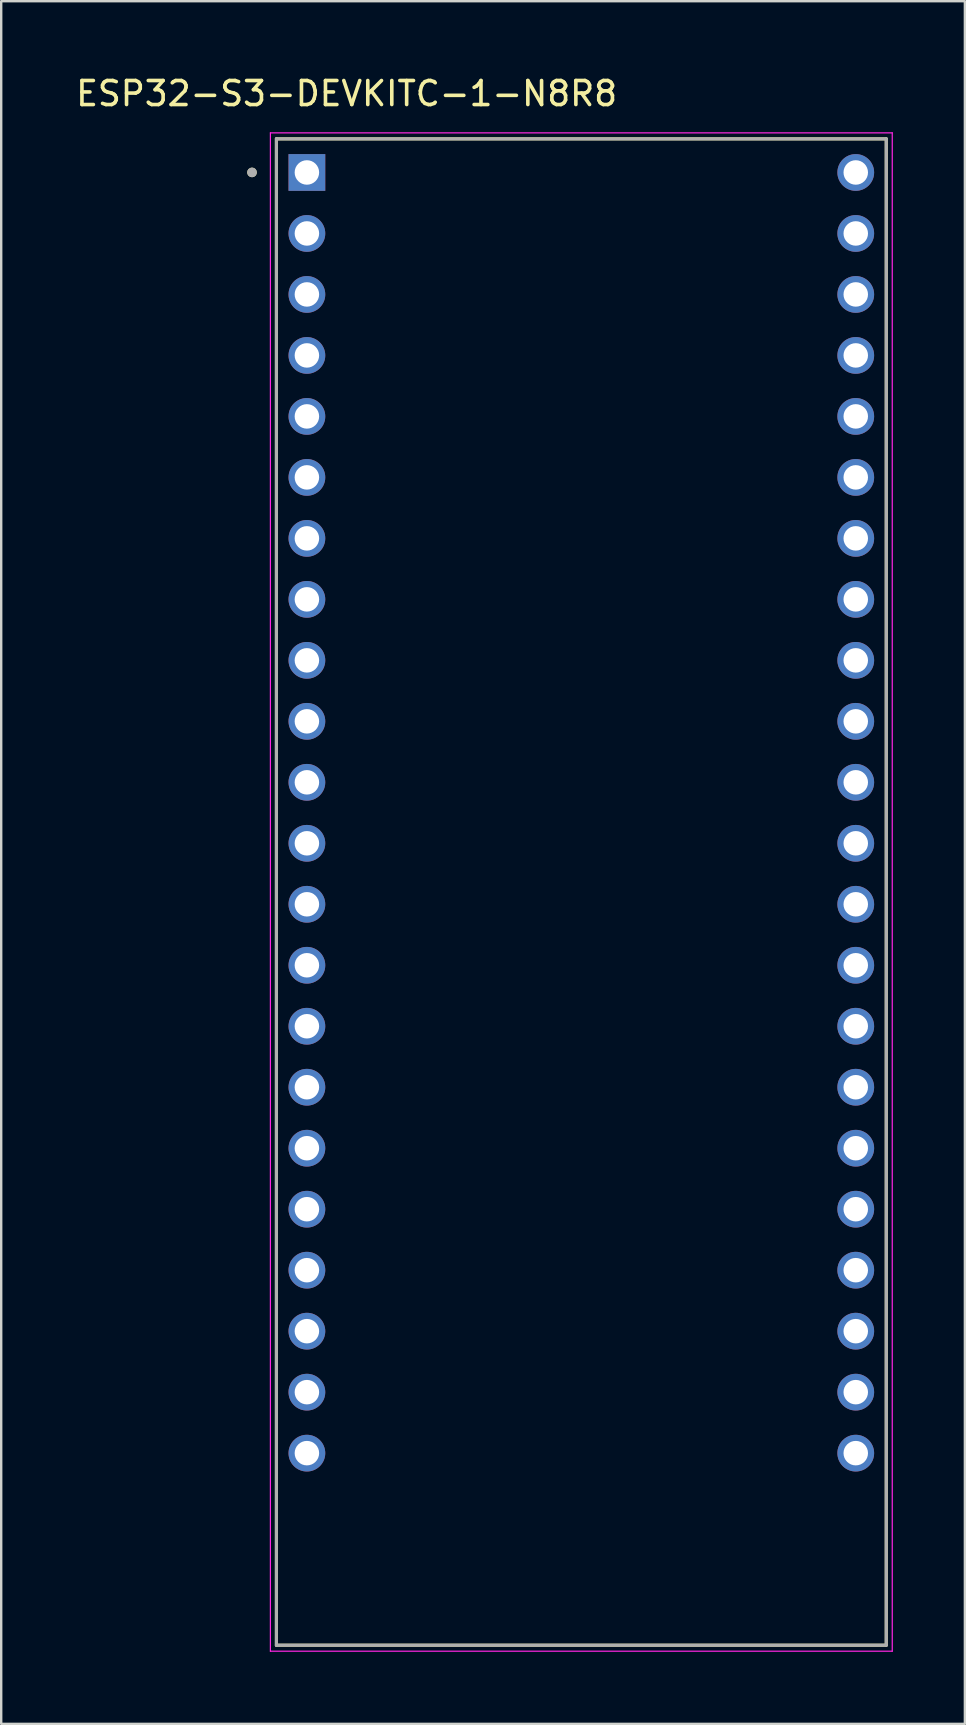
<source format=kicad_pcb>
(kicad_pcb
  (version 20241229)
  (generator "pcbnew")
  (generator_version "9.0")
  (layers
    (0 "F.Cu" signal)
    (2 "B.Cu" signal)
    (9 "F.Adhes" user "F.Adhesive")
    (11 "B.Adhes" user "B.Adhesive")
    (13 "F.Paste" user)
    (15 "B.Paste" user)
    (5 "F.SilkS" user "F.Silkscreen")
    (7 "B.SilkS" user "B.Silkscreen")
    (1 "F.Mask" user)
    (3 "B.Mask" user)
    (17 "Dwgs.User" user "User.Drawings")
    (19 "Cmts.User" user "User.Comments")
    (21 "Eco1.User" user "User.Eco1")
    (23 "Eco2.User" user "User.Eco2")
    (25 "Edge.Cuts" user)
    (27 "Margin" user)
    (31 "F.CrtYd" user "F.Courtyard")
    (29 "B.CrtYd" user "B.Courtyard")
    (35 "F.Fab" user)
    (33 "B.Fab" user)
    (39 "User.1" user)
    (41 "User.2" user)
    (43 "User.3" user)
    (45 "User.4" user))
  (footprint "ESP32-S3-DEVKITC-1-N8R8"
    (layer "F.Cu")
    (at 21.162 34.103)
    (property "Reference" "ESP32-S3-DEVKITC-1-N8R8" (at -9.775 -33.255 0) (layer "F.SilkS") (effects (font (size 1 1) (thickness 0.15))))
    (attr through_hole)
    (fp_line (start -12.7 -31.37) (end 12.7 -31.37) (stroke (width 0.127) (type solid)) (layer "F.SilkS"))
    (fp_line (start -12.7 31.37) (end -12.7 -31.37) (stroke (width 0.127) (type solid)) (layer "F.SilkS"))
    (fp_line (start 12.7 -31.37) (end 12.7 31.37) (stroke (width 0.127) (type solid)) (layer "F.SilkS"))
    (fp_line (start 12.7 31.37) (end -12.7 31.37) (stroke (width 0.127) (type solid)) (layer "F.SilkS"))
    (fp_circle (center -13.716 -29.972) (end -13.616 -29.972) (stroke (width 0.2) (type solid)) (fill no) (layer "F.SilkS"))
    (fp_line (start -12.95 -31.62) (end -12.95 31.62) (stroke (width 0.05) (type solid)) (layer "F.CrtYd"))
    (fp_line (start -12.95 31.62) (end 12.95 31.62) (stroke (width 0.05) (type solid)) (layer "F.CrtYd"))
    (fp_line (start 12.95 -31.62) (end -12.95 -31.62) (stroke (width 0.05) (type solid)) (layer "F.CrtYd"))
    (fp_line (start 12.95 31.62) (end 12.95 -31.62) (stroke (width 0.05) (type solid)) (layer "F.CrtYd"))
    (fp_line (start -12.7 -31.37) (end 12.7 -31.37) (stroke (width 0.127) (type solid)) (layer "F.Fab"))
    (fp_line (start -12.7 31.37) (end -12.7 -31.37) (stroke (width 0.127) (type solid)) (layer "F.Fab"))
    (fp_line (start 12.7 -31.37) (end 12.7 31.37) (stroke (width 0.127) (type solid)) (layer "F.Fab"))
    (fp_line (start 12.7 31.37) (end -12.7 31.37) (stroke (width 0.127) (type solid)) (layer "F.Fab"))
    (fp_circle (center -13.716 -29.972) (end -13.616 -29.972) (stroke (width 0.2) (type solid)) (fill no) (layer "F.Fab"))
    (pad "J1_1" thru_hole rect (at -11.43 -29.97) (size 1.53 1.53) (drill 1.02) (layers "*.Cu" "*.Mask"))
    (pad "J1_2" thru_hole circle (at -11.43 -27.43) (size 1.53 1.53) (drill 1.02) (layers "*.Cu" "*.Mask"))
    (pad "J1_3" thru_hole circle (at -11.43 -24.89) (size 1.53 1.53) (drill 1.02) (layers "*.Cu" "*.Mask"))
    (pad "J1_4" thru_hole circle (at -11.43 -22.35) (size 1.53 1.53) (drill 1.02) (layers "*.Cu" "*.Mask"))
    (pad "J1_5" thru_hole circle (at -11.43 -19.81) (size 1.53 1.53) (drill 1.02) (layers "*.Cu" "*.Mask"))
    (pad "J1_6" thru_hole circle (at -11.43 -17.27) (size 1.53 1.53) (drill 1.02) (layers "*.Cu" "*.Mask"))
    (pad "J1_7" thru_hole circle (at -11.43 -14.73) (size 1.53 1.53) (drill 1.02) (layers "*.Cu" "*.Mask"))
    (pad "J1_8" thru_hole circle (at -11.43 -12.19) (size 1.53 1.53) (drill 1.02) (layers "*.Cu" "*.Mask"))
    (pad "J1_9" thru_hole circle (at -11.43 -9.65) (size 1.53 1.53) (drill 1.02) (layers "*.Cu" "*.Mask"))
    (pad "J1_10" thru_hole circle (at -11.43 -7.11) (size 1.53 1.53) (drill 1.02) (layers "*.Cu" "*.Mask"))
    (pad "J1_11" thru_hole circle (at -11.43 -4.57) (size 1.53 1.53) (drill 1.02) (layers "*.Cu" "*.Mask"))
    (pad "J1_12" thru_hole circle (at -11.43 -2.03) (size 1.53 1.53) (drill 1.02) (layers "*.Cu" "*.Mask"))
    (pad "J1_13" thru_hole circle (at -11.43 0.51) (size 1.53 1.53) (drill 1.02) (layers "*.Cu" "*.Mask"))
    (pad "J1_14" thru_hole circle (at -11.43 3.05) (size 1.53 1.53) (drill 1.02) (layers "*.Cu" "*.Mask"))
    (pad "J1_15" thru_hole circle (at -11.43 5.59) (size 1.53 1.53) (drill 1.02) (layers "*.Cu" "*.Mask"))
    (pad "J1_16" thru_hole circle (at -11.43 8.13) (size 1.53 1.53) (drill 1.02) (layers "*.Cu" "*.Mask"))
    (pad "J1_17" thru_hole circle (at -11.43 10.67) (size 1.53 1.53) (drill 1.02) (layers "*.Cu" "*.Mask"))
    (pad "J1_18" thru_hole circle (at -11.43 13.21) (size 1.53 1.53) (drill 1.02) (layers "*.Cu" "*.Mask"))
    (pad "J1_19" thru_hole circle (at -11.43 15.75) (size 1.53 1.53) (drill 1.02) (layers "*.Cu" "*.Mask"))
    (pad "J1_20" thru_hole circle (at -11.43 18.29) (size 1.53 1.53) (drill 1.02) (layers "*.Cu" "*.Mask"))
    (pad "J1_21" thru_hole circle (at -11.43 20.83) (size 1.53 1.53) (drill 1.02) (layers "*.Cu" "*.Mask"))
    (pad "J1_22" thru_hole circle (at -11.43 23.37) (size 1.53 1.53) (drill 1.02) (layers "*.Cu" "*.Mask"))
    (pad "J3_1" thru_hole circle (at 11.43 -29.97) (size 1.53 1.53) (drill 1.02) (layers "*.Cu" "*.Mask"))
    (pad "J3_2" thru_hole circle (at 11.43 -27.43) (size 1.53 1.53) (drill 1.02) (layers "*.Cu" "*.Mask"))
    (pad "J3_3" thru_hole circle (at 11.43 -24.89) (size 1.53 1.53) (drill 1.02) (layers "*.Cu" "*.Mask"))
    (pad "J3_4" thru_hole circle (at 11.43 -22.35) (size 1.53 1.53) (drill 1.02) (layers "*.Cu" "*.Mask"))
    (pad "J3_5" thru_hole circle (at 11.43 -19.81) (size 1.53 1.53) (drill 1.02) (layers "*.Cu" "*.Mask"))
    (pad "J3_6" thru_hole circle (at 11.43 -17.27) (size 1.53 1.53) (drill 1.02) (layers "*.Cu" "*.Mask"))
    (pad "J3_7" thru_hole circle (at 11.43 -14.73) (size 1.53 1.53) (drill 1.02) (layers "*.Cu" "*.Mask"))
    (pad "J3_8" thru_hole circle (at 11.43 -12.19) (size 1.53 1.53) (drill 1.02) (layers "*.Cu" "*.Mask"))
    (pad "J3_9" thru_hole circle (at 11.43 -9.65) (size 1.53 1.53) (drill 1.02) (layers "*.Cu" "*.Mask"))
    (pad "J3_10" thru_hole circle (at 11.43 -7.11) (size 1.53 1.53) (drill 1.02) (layers "*.Cu" "*.Mask"))
    (pad "J3_11" thru_hole circle (at 11.43 -4.57) (size 1.53 1.53) (drill 1.02) (layers "*.Cu" "*.Mask"))
    (pad "J3_12" thru_hole circle (at 11.43 -2.03) (size 1.53 1.53) (drill 1.02) (layers "*.Cu" "*.Mask"))
    (pad "J3_13" thru_hole circle (at 11.43 0.51) (size 1.53 1.53) (drill 1.02) (layers "*.Cu" "*.Mask"))
    (pad "J3_14" thru_hole circle (at 11.43 3.05) (size 1.53 1.53) (drill 1.02) (layers "*.Cu" "*.Mask"))
    (pad "J3_15" thru_hole circle (at 11.43 5.59) (size 1.53 1.53) (drill 1.02) (layers "*.Cu" "*.Mask"))
    (pad "J3_16" thru_hole circle (at 11.43 8.13) (size 1.53 1.53) (drill 1.02) (layers "*.Cu" "*.Mask"))
    (pad "J3_17" thru_hole circle (at 11.43 10.67) (size 1.53 1.53) (drill 1.02) (layers "*.Cu" "*.Mask"))
    (pad "J3_18" thru_hole circle (at 11.43 13.21) (size 1.53 1.53) (drill 1.02) (layers "*.Cu" "*.Mask"))
    (pad "J3_19" thru_hole circle (at 11.43 15.75) (size 1.53 1.53) (drill 1.02) (layers "*.Cu" "*.Mask"))
    (pad "J3_20" thru_hole circle (at 11.43 18.29) (size 1.53 1.53) (drill 1.02) (layers "*.Cu" "*.Mask"))
    (pad "J3_21" thru_hole circle (at 11.43 20.83) (size 1.53 1.53) (drill 1.02) (layers "*.Cu" "*.Mask"))
    (pad "J3_22" thru_hole circle (at 11.43 23.37) (size 1.53 1.53) (drill 1.02) (layers "*.Cu" "*.Mask")))
  (gr_rect
    (start -3 -3)
    (end 37.137 68.748)
    (stroke (width 0.1) (type default))
    (fill no)
    (layer "Edge.Cuts")))
</source>
